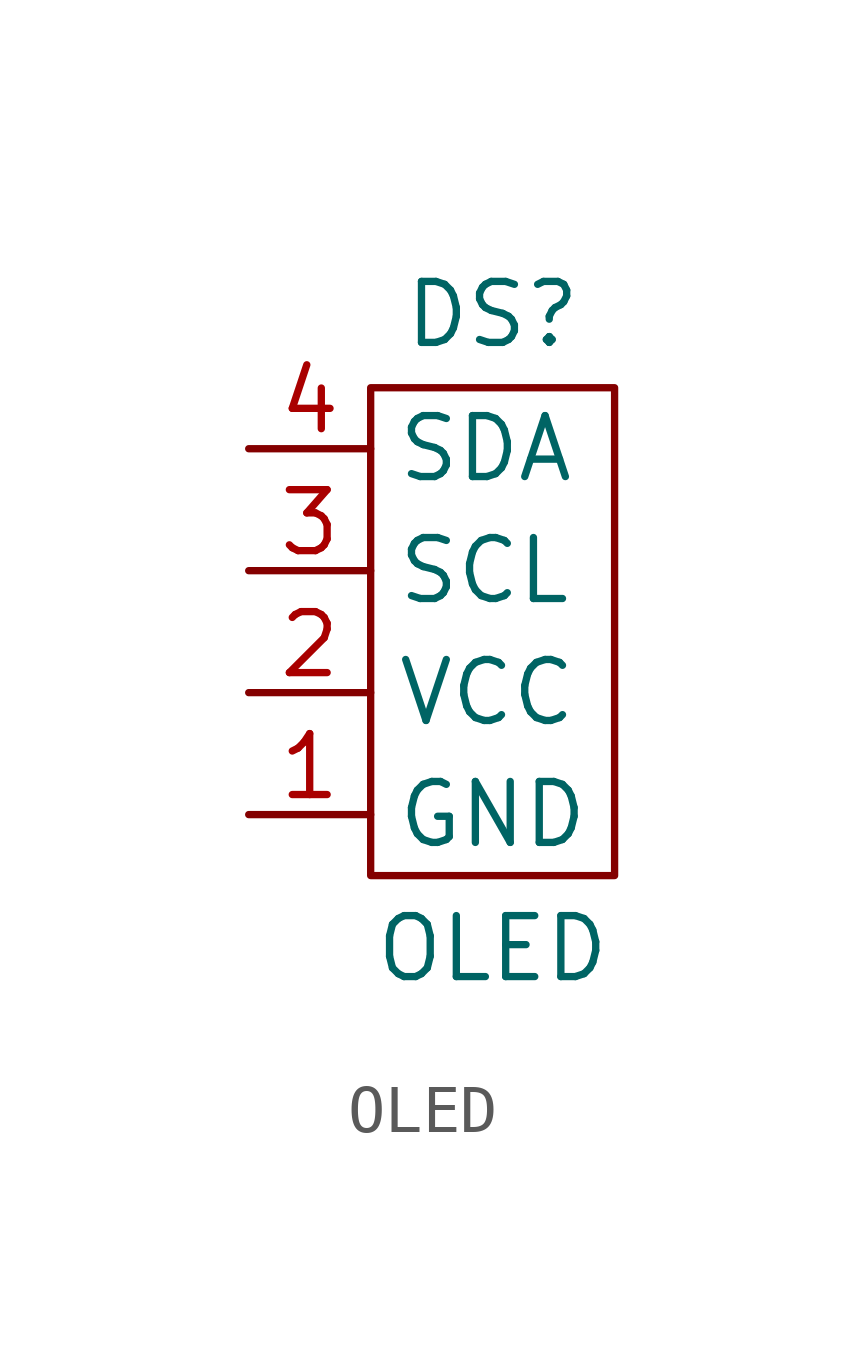
<source format=kicad_sym>
(kicad_symbol_lib
  (version 20231120)
  (generator "kicad_symbol_editor")
  (generator_version "8.0")
  (symbol "OLED"
    (property "Reference" "DS"
      (at -3.81 11.684 0)
      (effects (font (size 1.27 1.27))))
    (property "Value" "OLED"
      (at -3.81 -1.524 0)
      (effects (font (size 1.27 1.27))))
    (symbol "OLED_0_1"
      (rectangle (start -6.35 10.16) (end -1.27 0) (stroke (width 0) (type default)) (fill (type none))))
    (symbol "OLED_1_1"
      (pin input line (at -8.89 1.27 0) (length 2.54) (name "GND" (effects (font (size 1.27 1.27)))) (number "1" (effects (font (size 1.27 1.27)))))
      (pin input line (at -8.89 3.81 0) (length 2.54) (name "VCC" (effects (font (size 1.27 1.27)))) (number "2" (effects (font (size 1.27 1.27)))))
      (pin input line (at -8.89 6.35 0) (length 2.54) (name "SCL" (effects (font (size 1.27 1.27)))) (number "3" (effects (font (size 1.27 1.27)))))
      (pin input line (at -8.89 8.89 0) (length 2.54) (name "SDA" (effects (font (size 1.27 1.27)))) (number "4" (effects (font (size 1.27 1.27))))))))
</source>
